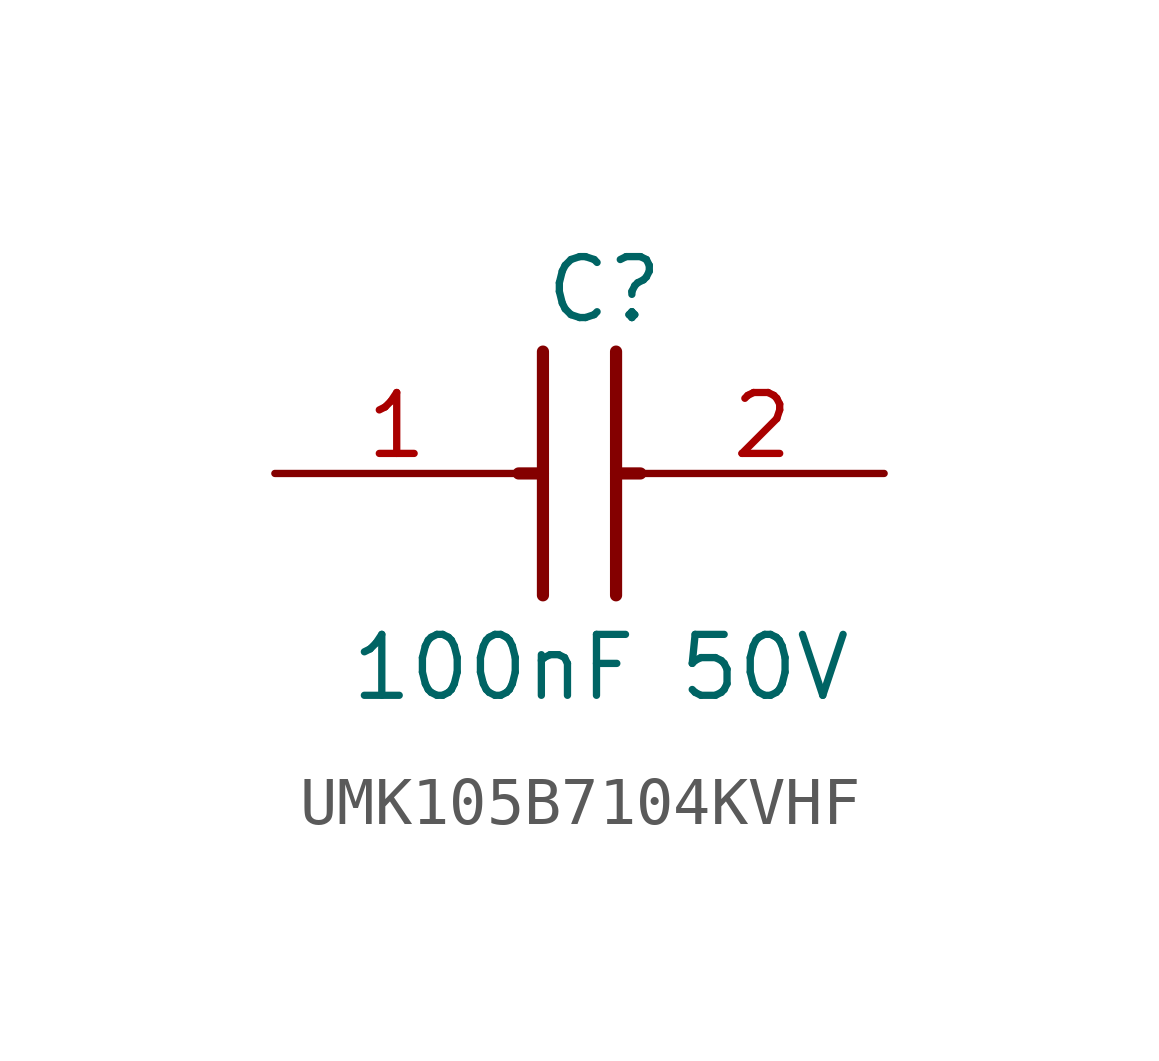
<source format=kicad_sym>
(kicad_symbol_lib
  (version 20241209)
  (generator "kicad_symbol_editor")
  (generator_version "9.0")
  (symbol "UMK105B7104KVHF"
    (pin_names
      (hide yes))
    (property "Reference" "C"
      (at -0.762 4.572 0)
      (effects (font (size 1.27 1.27)) (justify left top)))
    (property "Value" "100nF 50V"
      (at -4.826 -3.302 0)
      (effects (font (size 1.27 1.27)) (justify left top)))
    (symbol "UMK105B7104KVHF_1_1"
      (polyline (pts (xy -1.27 0) (xy -0.762 0)) (stroke (width 0.254) (type default)) (fill (type none)))
      (polyline (pts (xy -0.762 2.54) (xy -0.762 -2.54)) (stroke (width 0.254) (type default)) (fill (type none)))
      (polyline (pts (xy 0.762 2.54) (xy 0.762 -2.54)) (stroke (width 0.254) (type default)) (fill (type none)))
      (polyline (pts (xy 0.762 0) (xy 1.27 0)) (stroke (width 0.254) (type default)) (fill (type none)))
      (pin passive line (at -6.35 0 0) (length 5.08) (name "1" (effects (font (size 1.27 1.27)))) (number "1" (effects (font (size 1.27 1.27)))))
      (pin passive line (at 6.35 0 180) (length 5.08) (name "2" (effects (font (size 1.27 1.27)))) (number "2" (effects (font (size 1.27 1.27))))))))
</source>
